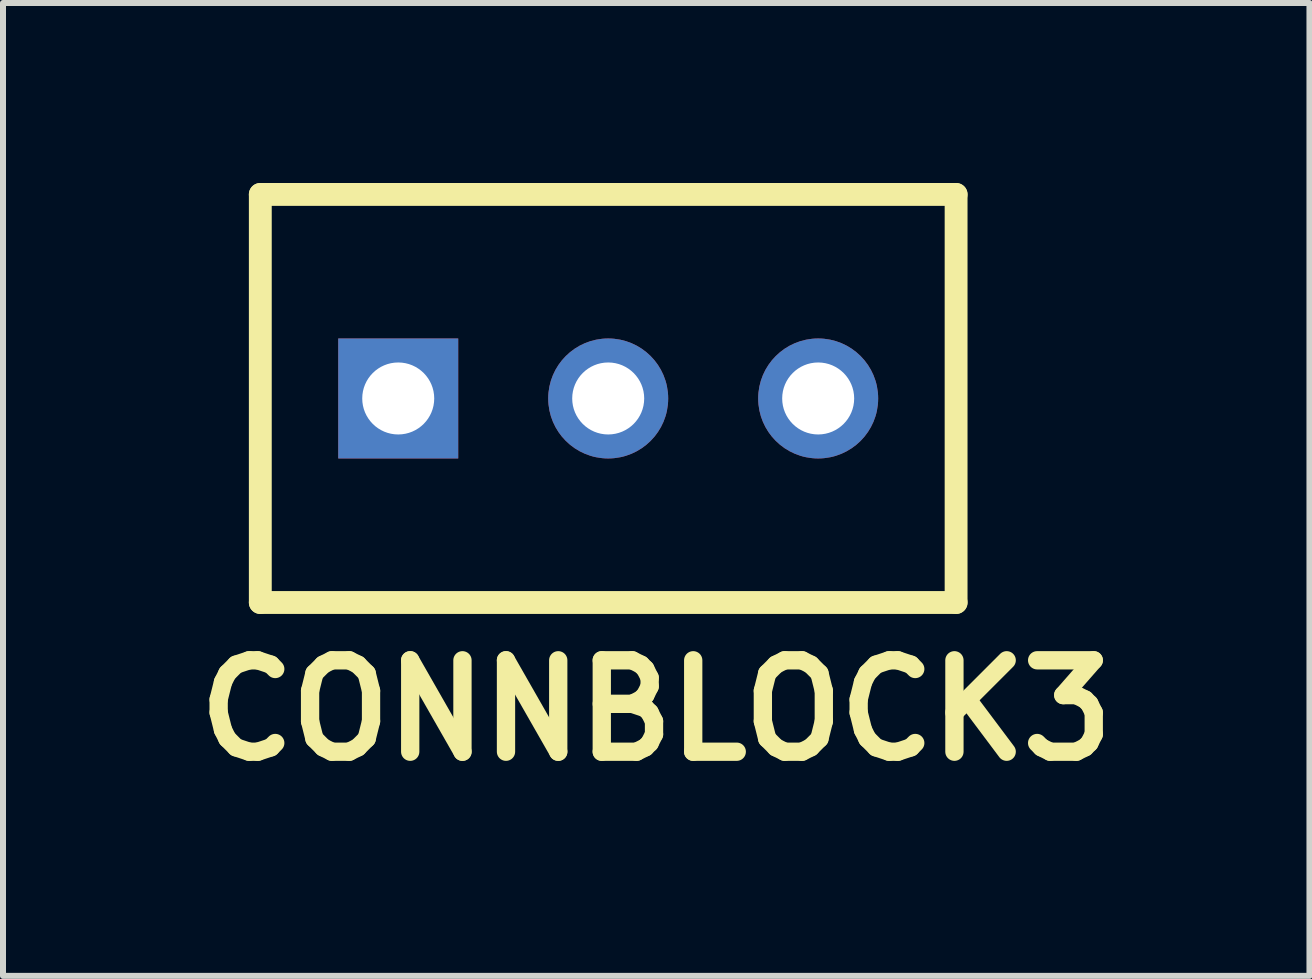
<source format=kicad_pcb>
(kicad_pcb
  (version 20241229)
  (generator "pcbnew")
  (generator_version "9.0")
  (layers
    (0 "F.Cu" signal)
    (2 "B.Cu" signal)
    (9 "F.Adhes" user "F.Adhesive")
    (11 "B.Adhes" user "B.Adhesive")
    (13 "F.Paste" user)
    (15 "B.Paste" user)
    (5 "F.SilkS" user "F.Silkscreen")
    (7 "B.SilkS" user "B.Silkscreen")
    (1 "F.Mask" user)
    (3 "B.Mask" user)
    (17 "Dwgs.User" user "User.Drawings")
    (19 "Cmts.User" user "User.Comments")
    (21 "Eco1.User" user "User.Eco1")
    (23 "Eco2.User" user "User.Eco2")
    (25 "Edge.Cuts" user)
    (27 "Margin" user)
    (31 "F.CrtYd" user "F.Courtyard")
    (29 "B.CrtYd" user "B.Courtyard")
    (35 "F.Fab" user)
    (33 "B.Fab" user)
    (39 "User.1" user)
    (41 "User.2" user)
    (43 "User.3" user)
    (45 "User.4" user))
  (footprint "CONNBLOCK3"
    (layer "F.Cu")
    (at 7.088 3.592)
    (property "Reference" "CONNBLOCK3" (at 0.8 5.199 0) (layer "F.SilkS") (effects (font (size 1.524 1.524) (thickness 0.305))))
    (attr through_hole)
    (fp_line (start -5.799 -3.401) (end -5.799 3.401) (stroke (width 0.381) (type solid)) (layer "F.SilkS"))
    (fp_line (start -5.799 3.401) (end 5.799 3.401) (stroke (width 0.381) (type solid)) (layer "F.SilkS"))
    (fp_line (start 5.799 -3.401) (end -5.799 -3.401) (stroke (width 0.381) (type solid)) (layer "F.SilkS"))
    (fp_line (start 5.799 3.401) (end 5.799 -3.401) (stroke (width 0.381) (type solid)) (layer "F.SilkS"))
    (pad "1" thru_hole rect (at -3.5 0) (size 2 2) (drill 1.2) (layers "*.Cu" "*.Mask"))
    (pad "2" thru_hole circle (at 0 0) (size 2 2) (drill 1.2) (layers "*.Cu" "*.Mask"))
    (pad "3" thru_hole circle (at 3.5 0) (size 2 2) (drill 1.2) (layers "*.Cu" "*.Mask")))
  (gr_rect
    (start -3 -3)
    (end 18.777 13.217)
    (stroke (width 0.1) (type default))
    (fill no)
    (layer "Edge.Cuts")))
</source>
